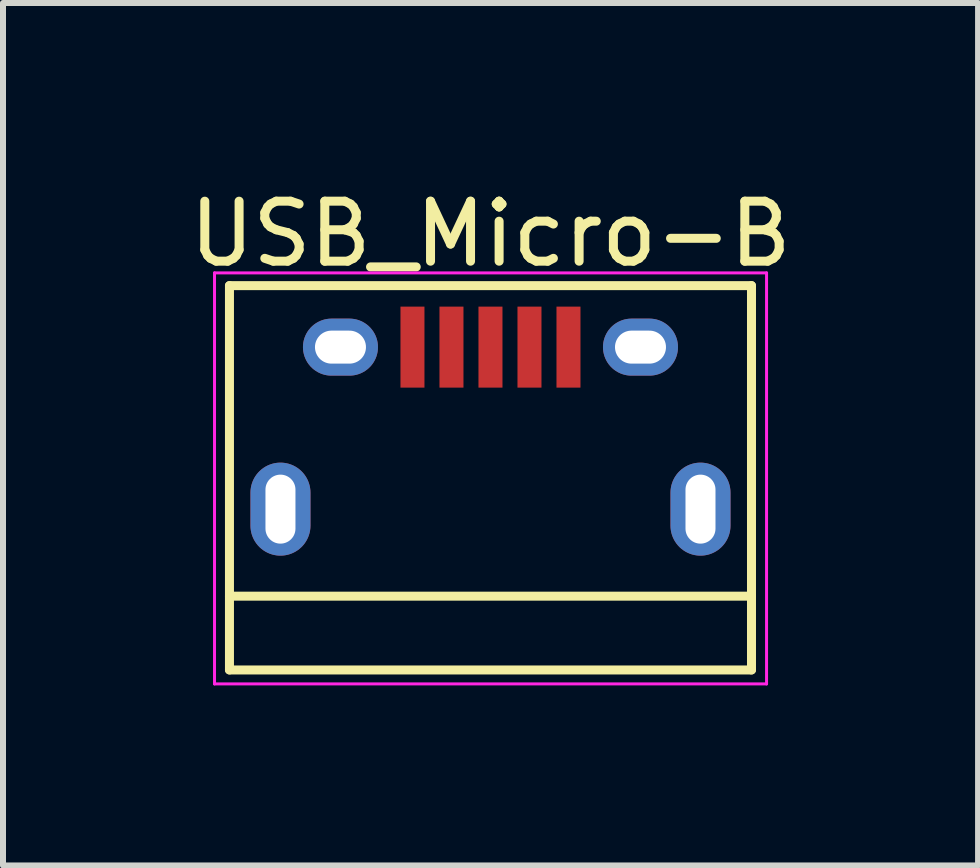
<source format=kicad_pcb>
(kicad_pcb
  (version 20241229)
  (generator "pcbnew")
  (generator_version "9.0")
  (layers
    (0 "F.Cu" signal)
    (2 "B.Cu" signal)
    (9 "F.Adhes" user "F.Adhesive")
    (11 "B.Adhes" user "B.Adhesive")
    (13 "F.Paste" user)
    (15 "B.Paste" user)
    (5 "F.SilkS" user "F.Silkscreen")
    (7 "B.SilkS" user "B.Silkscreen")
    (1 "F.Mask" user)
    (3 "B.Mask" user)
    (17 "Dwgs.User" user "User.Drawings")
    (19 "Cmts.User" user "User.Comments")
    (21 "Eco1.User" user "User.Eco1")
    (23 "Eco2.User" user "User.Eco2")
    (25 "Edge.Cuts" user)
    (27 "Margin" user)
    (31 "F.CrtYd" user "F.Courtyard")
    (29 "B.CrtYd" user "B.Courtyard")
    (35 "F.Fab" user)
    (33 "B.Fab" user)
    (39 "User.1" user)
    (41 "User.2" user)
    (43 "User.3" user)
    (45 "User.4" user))
  (footprint "USB_Micro-B"
    (layer "F.Cu")
    (at 5.125 4.298)
    (property "Reference" "USB_Micro-B" (at 0 -3.45 0) (layer "F.SilkS") (effects (font (size 1 1) (thickness 0.15))))
    (attr smd)
    (fp_line (start -4.351 -2.588) (end 4.349 -2.588) (stroke (width 0.15) (type solid)) (layer "F.SilkS"))
    (fp_line (start -4.351 3.817) (end -4.351 -2.588) (stroke (width 0.15) (type solid)) (layer "F.SilkS"))
    (fp_line (start -4.351 3.817) (end 4.349 3.817) (stroke (width 0.15) (type solid)) (layer "F.SilkS"))
    (fp_line (start 4.349 -2.588) (end 4.349 3.817) (stroke (width 0.15) (type solid)) (layer "F.SilkS"))
    (fp_line (start 4.349 2.587) (end -4.351 2.587) (stroke (width 0.15) (type solid)) (layer "F.SilkS"))
    (fp_line (start -4.6 -2.8) (end 4.6 -2.8) (stroke (width 0.05) (type solid)) (layer "F.CrtYd"))
    (fp_line (start -4.6 4.05) (end -4.6 -2.8) (stroke (width 0.05) (type solid)) (layer "F.CrtYd"))
    (fp_line (start 4.6 -2.8) (end 4.6 4.05) (stroke (width 0.05) (type solid)) (layer "F.CrtYd"))
    (fp_line (start 4.6 4.05) (end -4.6 4.05) (stroke (width 0.05) (type solid)) (layer "F.CrtYd"))
    (pad "1" smd rect (at -1.301 -1.563 90) (size 1.35 0.4) (layers "F.Cu" "F.Mask" "F.Paste"))
    (pad "2" smd rect (at -0.651 -1.563 90) (size 1.35 0.4) (layers "F.Cu" "F.Mask" "F.Paste"))
    (pad "3" smd rect (at -0.001 -1.563 90) (size 1.35 0.4) (layers "F.Cu" "F.Mask" "F.Paste"))
    (pad "4" smd rect (at 0.649 -1.563 90) (size 1.35 0.4) (layers "F.Cu" "F.Mask" "F.Paste"))
    (pad "5" smd rect (at 1.299 -1.563 90) (size 1.35 0.4) (layers "F.Cu" "F.Mask" "F.Paste"))
    (pad "6" thru_hole oval (at -3.501 1.137 90) (size 1.55 1) (drill oval 1.15 0.5) (layers "*.Cu" "*.Mask"))
    (pad "6" thru_hole oval (at -2.501 -1.563 90) (size 0.95 1.25) (drill oval 0.55 0.85) (layers "*.Cu" "*.Mask"))
    (pad "6" thru_hole oval (at 2.499 -1.563 90) (size 0.95 1.25) (drill oval 0.55 0.85) (layers "*.Cu" "*.Mask"))
    (pad "6" thru_hole oval (at 3.499 1.137 90) (size 1.55 1) (drill oval 1.15 0.5) (layers "*.Cu" "*.Mask")))
  (gr_rect
    (start -3 -3)
    (end 13.25 11.373)
    (stroke (width 0.1) (type default))
    (fill no)
    (layer "Edge.Cuts")))
</source>
